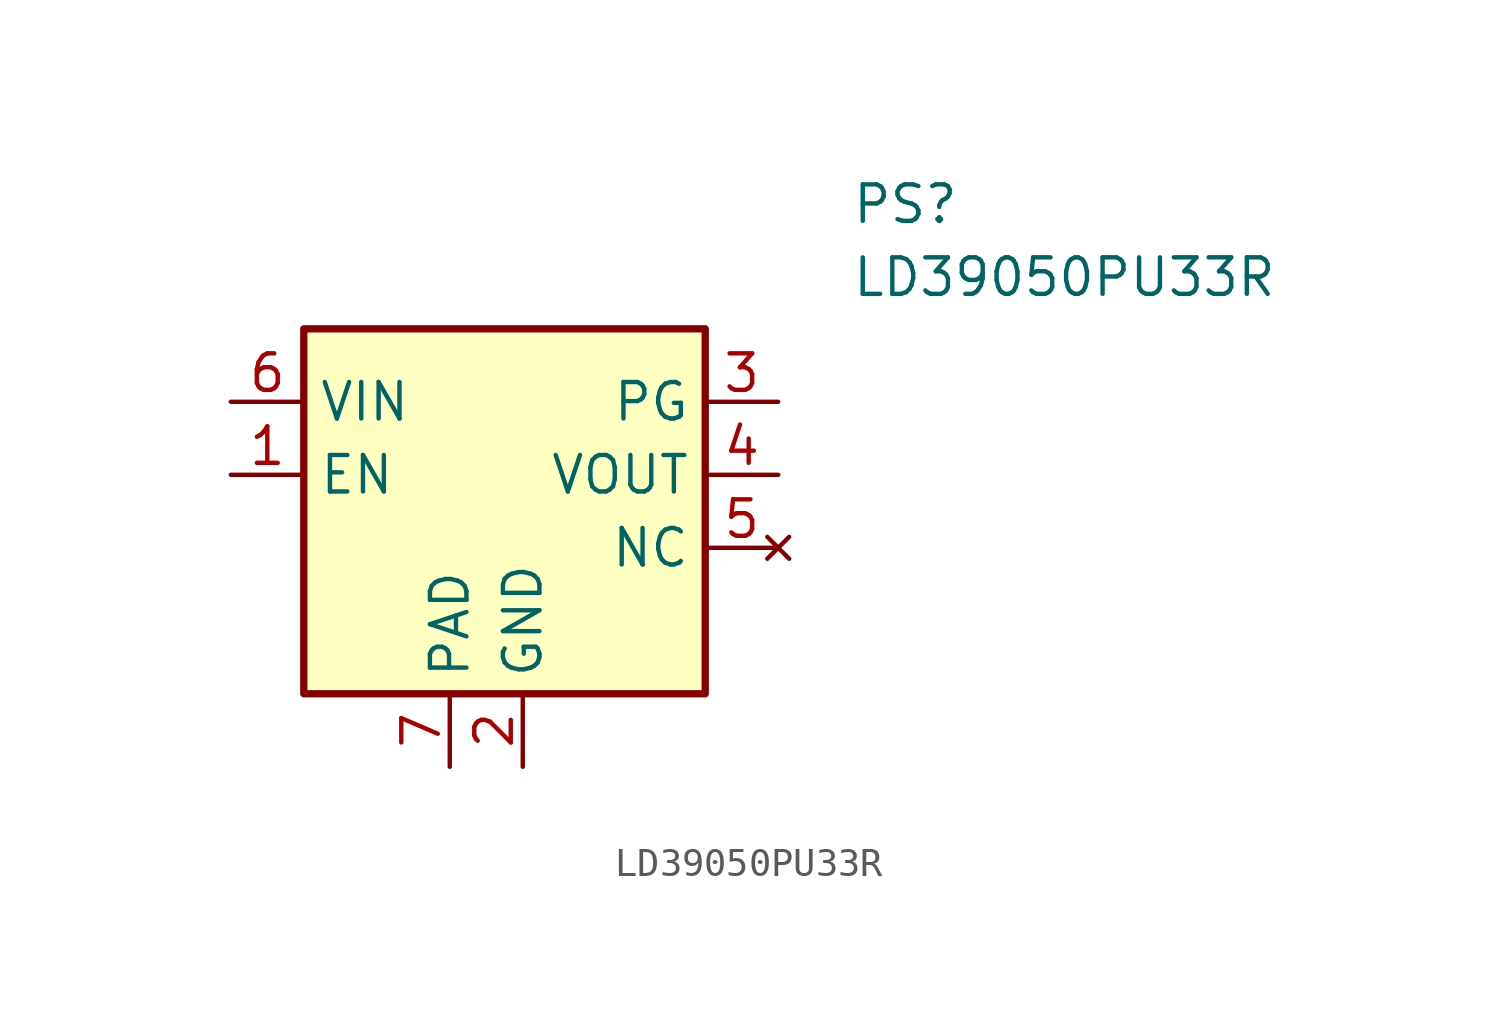
<source format=kicad_sym>
(kicad_symbol_lib
  (version 20231120)
  (generator "kicad_symbol_editor")
  (generator_version "8.0")
  (symbol "LD39050PU33R"
    (property "Reference" "PS"
      (at 11.43 11.43 0)
      (effects (font (size 1.27 1.27)) (justify left top)))
    (property "Value" "LD39050PU33R"
      (at 11.43 8.89 0)
      (effects (font (size 1.27 1.27)) (justify left top)))
    (symbol "LD39050PU33R_1_1"
      (rectangle (start -7.62 6.35) (end 6.35 -6.35) (stroke (width 0.254) (type default)) (fill (type background)))
      (pin input line (at -10.16 1.27 0) (length 2.54) (name "EN" (effects (font (size 1.27 1.27)))) (number "1" (effects (font (size 1.27 1.27)))))
      (pin power_in line (at 0 -8.89 90) (length 2.54) (name "GND" (effects (font (size 1.27 1.27)))) (number "2" (effects (font (size 1.27 1.27)))))
      (pin output line (at 8.89 3.81 180) (length 2.54) (name "PG" (effects (font (size 1.27 1.27)))) (number "3" (effects (font (size 1.27 1.27)))))
      (pin output line (at 8.89 1.27 180) (length 2.54) (name "VOUT" (effects (font (size 1.27 1.27)))) (number "4" (effects (font (size 1.27 1.27)))))
      (pin no_connect line (at 8.89 -1.27 180) (length 2.54) (name "NC" (effects (font (size 1.27 1.27)))) (number "5" (effects (font (size 1.27 1.27)))))
      (pin power_in line (at -10.16 3.81 0) (length 2.54) (name "VIN" (effects (font (size 1.27 1.27)))) (number "6" (effects (font (size 1.27 1.27)))))
      (pin power_in line (at -2.54 -8.89 90) (length 2.54) (name "PAD" (effects (font (size 1.27 1.27)))) (number "7" (effects (font (size 1.27 1.27))))))))
</source>
